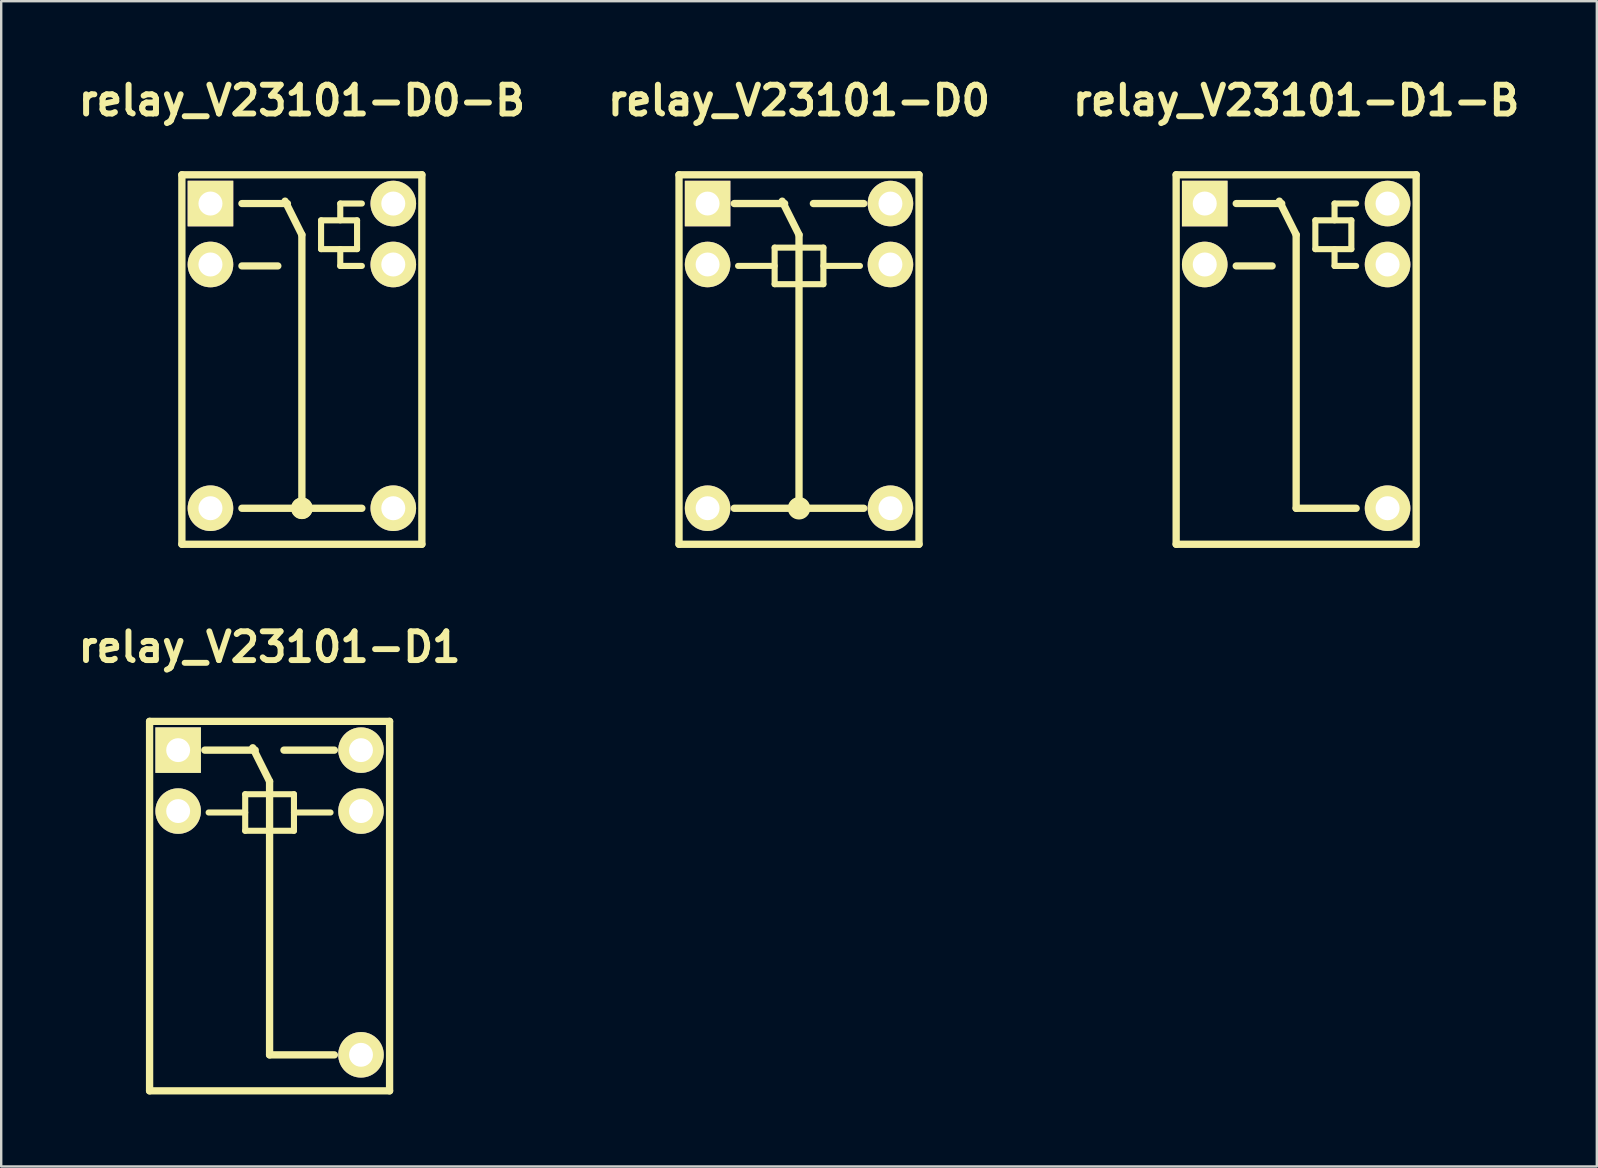
<source format=kicad_pcb>
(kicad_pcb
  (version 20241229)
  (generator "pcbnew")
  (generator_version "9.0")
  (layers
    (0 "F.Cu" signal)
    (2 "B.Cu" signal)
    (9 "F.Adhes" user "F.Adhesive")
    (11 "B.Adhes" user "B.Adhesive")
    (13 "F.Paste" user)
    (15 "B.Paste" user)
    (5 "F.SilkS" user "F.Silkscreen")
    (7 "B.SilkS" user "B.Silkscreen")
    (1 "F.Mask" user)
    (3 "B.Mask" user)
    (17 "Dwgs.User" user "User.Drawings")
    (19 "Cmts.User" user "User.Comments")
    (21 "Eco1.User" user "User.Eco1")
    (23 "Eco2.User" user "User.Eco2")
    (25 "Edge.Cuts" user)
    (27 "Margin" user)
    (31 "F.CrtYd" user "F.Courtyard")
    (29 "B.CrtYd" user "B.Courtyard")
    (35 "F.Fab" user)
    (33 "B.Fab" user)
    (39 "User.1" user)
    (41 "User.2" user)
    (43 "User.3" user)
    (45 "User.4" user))
  (footprint "relay_V23101-D1-B"
    (layer "F.Cu")
    (at 50.969 11.933)
    (property "Reference" "relay_V23101-D1-B" (at 0 -10.795 0) (layer "F.SilkS") (effects (font (size 1.199 1.199) (thickness 0.249))))
    (attr through_hole)
    (fp_line (start -5.001 -7.699) (end 5.001 -7.699) (stroke (width 0.305) (type solid)) (layer "F.SilkS"))
    (fp_line (start -5.001 7.699) (end -5.001 -7.699) (stroke (width 0.305) (type solid)) (layer "F.SilkS"))
    (fp_line (start -2.5 -3.9) (end -1 -3.9) (stroke (width 0.3) (type solid)) (layer "F.SilkS"))
    (fp_line (start -0.6 -6.5) (end -2.5 -6.5) (stroke (width 0.3) (type solid)) (layer "F.SilkS"))
    (fp_line (start 0 -5.2) (end -0.7 -6.6) (stroke (width 0.305) (type solid)) (layer "F.SilkS"))
    (fp_line (start 0 -5.2) (end 0 6.2) (stroke (width 0.305) (type solid)) (layer "F.SilkS"))
    (fp_line (start 0 6.2) (end 2.5 6.2) (stroke (width 0.305) (type solid)) (layer "F.SilkS"))
    (fp_line (start 0.8 -5.8) (end 0.8 -4.6) (stroke (width 0.254) (type solid)) (layer "F.SilkS"))
    (fp_line (start 0.8 -4.6) (end 2.3 -4.6) (stroke (width 0.254) (type solid)) (layer "F.SilkS"))
    (fp_line (start 1.6 -6.5) (end 1.6 -5.8) (stroke (width 0.254) (type solid)) (layer "F.SilkS"))
    (fp_line (start 1.6 -6.5) (end 2.5 -6.5) (stroke (width 0.254) (type solid)) (layer "F.SilkS"))
    (fp_line (start 1.6 -4.6) (end 1.6 -3.9) (stroke (width 0.254) (type solid)) (layer "F.SilkS"))
    (fp_line (start 1.6 -3.9) (end 2.5 -3.9) (stroke (width 0.254) (type solid)) (layer "F.SilkS"))
    (fp_line (start 2.3 -5.8) (end 0.8 -5.8) (stroke (width 0.254) (type solid)) (layer "F.SilkS"))
    (fp_line (start 2.3 -4.6) (end 2.3 -5.8) (stroke (width 0.254) (type solid)) (layer "F.SilkS"))
    (fp_line (start 5.001 -7.699) (end 5.001 7.699) (stroke (width 0.305) (type solid)) (layer "F.SilkS"))
    (fp_line (start 5.001 7.699) (end -5.001 7.699) (stroke (width 0.305) (type solid)) (layer "F.SilkS"))
    (pad "1" thru_hole rect (at -3.81 -6.5) (size 1.9 1.9) (drill 1) (layers "*.Cu" "*.Mask" "F.SilkS"))
    (pad "2" thru_hole circle (at -3.81 -3.96) (size 1.9 1.9) (drill 1) (layers "*.Cu" "*.Mask" "F.SilkS"))
    (pad "7" thru_hole circle (at 3.81 6.198) (size 1.9 1.9) (drill 1) (layers "*.Cu" "*.Mask" "F.SilkS"))
    (pad "11" thru_hole circle (at 3.81 -3.96) (size 1.9 1.9) (drill 1) (layers "*.Cu" "*.Mask" "F.SilkS"))
    (pad "12" thru_hole circle (at 3.81 -6.5) (size 1.9 1.9) (drill 1) (layers "*.Cu" "*.Mask" "F.SilkS")))
  (footprint "relay_V23101-D0-B"
    (layer "F.Cu")
    (at 9.531 11.933)
    (property "Reference" "relay_V23101-D0-B" (at 0 -10.795 0) (layer "F.SilkS") (effects (font (size 1.199 1.199) (thickness 0.249))))
    (attr through_hole)
    (fp_line (start -5.001 -7.699) (end 5.001 -7.699) (stroke (width 0.305) (type solid)) (layer "F.SilkS"))
    (fp_line (start -5.001 7.699) (end -5.001 -7.699) (stroke (width 0.305) (type solid)) (layer "F.SilkS"))
    (fp_line (start -2.5 -3.9) (end -1 -3.9) (stroke (width 0.3) (type solid)) (layer "F.SilkS"))
    (fp_line (start -2.5 6.2) (end 2.5 6.2) (stroke (width 0.305) (type solid)) (layer "F.SilkS"))
    (fp_line (start -0.6 -6.5) (end -2.5 -6.5) (stroke (width 0.3) (type solid)) (layer "F.SilkS"))
    (fp_line (start 0 -5.2) (end -0.7 -6.6) (stroke (width 0.305) (type solid)) (layer "F.SilkS"))
    (fp_line (start 0 -5.2) (end 0 6.2) (stroke (width 0.305) (type solid)) (layer "F.SilkS"))
    (fp_line (start 0.8 -5.8) (end 0.8 -4.6) (stroke (width 0.254) (type solid)) (layer "F.SilkS"))
    (fp_line (start 0.8 -4.6) (end 2.3 -4.6) (stroke (width 0.254) (type solid)) (layer "F.SilkS"))
    (fp_line (start 1.6 -6.5) (end 1.6 -5.8) (stroke (width 0.254) (type solid)) (layer "F.SilkS"))
    (fp_line (start 1.6 -6.5) (end 2.5 -6.5) (stroke (width 0.254) (type solid)) (layer "F.SilkS"))
    (fp_line (start 1.6 -4.6) (end 1.6 -3.9) (stroke (width 0.254) (type solid)) (layer "F.SilkS"))
    (fp_line (start 1.6 -3.9) (end 2.5 -3.9) (stroke (width 0.254) (type solid)) (layer "F.SilkS"))
    (fp_line (start 2.3 -5.8) (end 0.8 -5.8) (stroke (width 0.254) (type solid)) (layer "F.SilkS"))
    (fp_line (start 2.3 -4.6) (end 2.3 -5.8) (stroke (width 0.254) (type solid)) (layer "F.SilkS"))
    (fp_line (start 5.001 -7.699) (end 5.001 7.699) (stroke (width 0.305) (type solid)) (layer "F.SilkS"))
    (fp_line (start 5.001 7.699) (end -5.001 7.699) (stroke (width 0.305) (type solid)) (layer "F.SilkS"))
    (fp_circle (center 0 6.2) (end 0.3 6.2) (stroke (width 0.305) (type solid)) (fill no) (layer "F.SilkS"))
    (fp_circle (center 0 6.2) (end -0.099 6.299) (stroke (width 0.305) (type solid)) (fill no) (layer "F.SilkS"))
    (pad "1" thru_hole rect (at -3.81 -6.5) (size 1.9 1.9) (drill 1) (layers "*.Cu" "*.Mask" "F.SilkS"))
    (pad "2" thru_hole circle (at -3.81 -3.96) (size 1.9 1.9) (drill 1) (layers "*.Cu" "*.Mask" "F.SilkS"))
    (pad "6" thru_hole circle (at -3.81 6.198) (size 1.9 1.9) (drill 1) (layers "*.Cu" "*.Mask" "F.SilkS"))
    (pad "7" thru_hole circle (at 3.81 6.198) (size 1.9 1.9) (drill 1) (layers "*.Cu" "*.Mask" "F.SilkS"))
    (pad "11" thru_hole circle (at 3.81 -3.96) (size 1.9 1.9) (drill 1) (layers "*.Cu" "*.Mask" "F.SilkS"))
    (pad "12" thru_hole circle (at 3.81 -6.5) (size 1.9 1.9) (drill 1) (layers "*.Cu" "*.Mask" "F.SilkS")))
  (footprint "relay_V23101-D1"
    (layer "F.Cu")
    (at 8.185 34.713)
    (property "Reference" "relay_V23101-D1" (at 0 -10.795 0) (layer "F.SilkS") (effects (font (size 1.199 1.199) (thickness 0.246))))
    (attr through_hole)
    (fp_line (start -5.001 -7.699) (end 5.001 -7.699) (stroke (width 0.305) (type solid)) (layer "F.SilkS"))
    (fp_line (start -5.001 7.699) (end -5.001 -7.699) (stroke (width 0.305) (type solid)) (layer "F.SilkS"))
    (fp_line (start -2.54 -3.901) (end -1.016 -3.901) (stroke (width 0.254) (type solid)) (layer "F.SilkS"))
    (fp_line (start -1.016 -4.663) (end -1.016 -3.139) (stroke (width 0.254) (type solid)) (layer "F.SilkS"))
    (fp_line (start -1.016 -3.139) (end 1.016 -3.139) (stroke (width 0.254) (type solid)) (layer "F.SilkS"))
    (fp_line (start -0.599 -6.5) (end -2.7 -6.5) (stroke (width 0.305) (type solid)) (layer "F.SilkS"))
    (fp_line (start 0 -5.199) (end -0.701 -6.599) (stroke (width 0.305) (type solid)) (layer "F.SilkS"))
    (fp_line (start 0 -5.199) (end 0 6.2) (stroke (width 0.305) (type solid)) (layer "F.SilkS"))
    (fp_line (start 0.599 -6.5) (end 2.7 -6.5) (stroke (width 0.305) (type solid)) (layer "F.SilkS"))
    (fp_line (start 1.016 -4.663) (end -1.016 -4.663) (stroke (width 0.254) (type solid)) (layer "F.SilkS"))
    (fp_line (start 1.016 -3.901) (end 2.54 -3.901) (stroke (width 0.254) (type solid)) (layer "F.SilkS"))
    (fp_line (start 1.016 -3.139) (end 1.016 -4.663) (stroke (width 0.254) (type solid)) (layer "F.SilkS"))
    (fp_line (start 2.7 6.2) (end 0 6.2) (stroke (width 0.305) (type solid)) (layer "F.SilkS"))
    (fp_line (start 5.001 -7.699) (end 5.001 7.699) (stroke (width 0.305) (type solid)) (layer "F.SilkS"))
    (fp_line (start 5.001 7.699) (end -5.001 7.699) (stroke (width 0.305) (type solid)) (layer "F.SilkS"))
    (pad "1" thru_hole rect (at -3.81 -6.5) (size 1.897 1.897) (drill 0.996) (layers "*.Cu" "*.Mask" "F.SilkS"))
    (pad "2" thru_hole circle (at -3.81 -3.96) (size 1.897 1.897) (drill 0.996) (layers "*.Cu" "*.Mask" "F.SilkS"))
    (pad "7" thru_hole circle (at 3.81 6.198) (size 1.897 1.897) (drill 0.996) (layers "*.Cu" "*.Mask" "F.SilkS"))
    (pad "11" thru_hole circle (at 3.81 -3.96) (size 1.897 1.897) (drill 0.996) (layers "*.Cu" "*.Mask" "F.SilkS"))
    (pad "12" thru_hole circle (at 3.81 -6.5) (size 1.897 1.897) (drill 0.996) (layers "*.Cu" "*.Mask" "F.SilkS")))
  (footprint "relay_V23101-D0"
    (layer "F.Cu")
    (at 30.25 11.933)
    (property "Reference" "relay_V23101-D0" (at 0 -10.795 0) (layer "F.SilkS") (effects (font (size 1.199 1.199) (thickness 0.249))))
    (attr through_hole)
    (fp_line (start -5.001 -7.699) (end 5.001 -7.699) (stroke (width 0.305) (type solid)) (layer "F.SilkS"))
    (fp_line (start -5.001 7.699) (end -5.001 -7.699) (stroke (width 0.305) (type solid)) (layer "F.SilkS"))
    (fp_line (start -2.7 6.2) (end 2.7 6.2) (stroke (width 0.305) (type solid)) (layer "F.SilkS"))
    (fp_line (start -2.54 -3.901) (end -1.016 -3.901) (stroke (width 0.254) (type solid)) (layer "F.SilkS"))
    (fp_line (start -1.016 -4.663) (end -1.016 -3.139) (stroke (width 0.254) (type solid)) (layer "F.SilkS"))
    (fp_line (start -1.016 -3.139) (end 1.016 -3.139) (stroke (width 0.254) (type solid)) (layer "F.SilkS"))
    (fp_line (start -0.599 -6.5) (end -2.7 -6.5) (stroke (width 0.305) (type solid)) (layer "F.SilkS"))
    (fp_line (start 0 -5.199) (end -0.701 -6.599) (stroke (width 0.305) (type solid)) (layer "F.SilkS"))
    (fp_line (start 0 -5.199) (end 0 6.2) (stroke (width 0.305) (type solid)) (layer "F.SilkS"))
    (fp_line (start 0.599 -6.5) (end 2.7 -6.5) (stroke (width 0.305) (type solid)) (layer "F.SilkS"))
    (fp_line (start 1.016 -4.663) (end -1.016 -4.663) (stroke (width 0.254) (type solid)) (layer "F.SilkS"))
    (fp_line (start 1.016 -3.901) (end 2.54 -3.901) (stroke (width 0.254) (type solid)) (layer "F.SilkS"))
    (fp_line (start 1.016 -3.139) (end 1.016 -4.663) (stroke (width 0.254) (type solid)) (layer "F.SilkS"))
    (fp_line (start 5.001 -7.699) (end 5.001 7.699) (stroke (width 0.305) (type solid)) (layer "F.SilkS"))
    (fp_line (start 5.001 7.699) (end -5.001 7.699) (stroke (width 0.305) (type solid)) (layer "F.SilkS"))
    (fp_circle (center 0 6.2) (end -0.3 6.299) (stroke (width 0.305) (type solid)) (fill no) (layer "F.SilkS"))
    (fp_circle (center 0 6.2) (end -0.099 6.299) (stroke (width 0.305) (type solid)) (fill no) (layer "F.SilkS"))
    (pad "1" thru_hole rect (at -3.81 -6.5) (size 1.897 1.897) (drill 0.996) (layers "*.Cu" "*.Mask" "F.SilkS"))
    (pad "2" thru_hole circle (at -3.81 -3.96) (size 1.897 1.897) (drill 0.996) (layers "*.Cu" "*.Mask" "F.SilkS"))
    (pad "6" thru_hole circle (at -3.81 6.198) (size 1.897 1.897) (drill 0.996) (layers "*.Cu" "*.Mask" "F.SilkS"))
    (pad "7" thru_hole circle (at 3.81 6.198) (size 1.897 1.897) (drill 0.996) (layers "*.Cu" "*.Mask" "F.SilkS"))
    (pad "11" thru_hole circle (at 3.81 -3.96) (size 1.897 1.897) (drill 0.996) (layers "*.Cu" "*.Mask" "F.SilkS"))
    (pad "12" thru_hole circle (at 3.81 -6.5) (size 1.897 1.897) (drill 0.996) (layers "*.Cu" "*.Mask" "F.SilkS")))
  (gr_rect
    (start -3 -3)
    (end 63.5 45.564)
    (stroke (width 0.1) (type default))
    (fill no)
    (layer "Edge.Cuts")))
</source>
